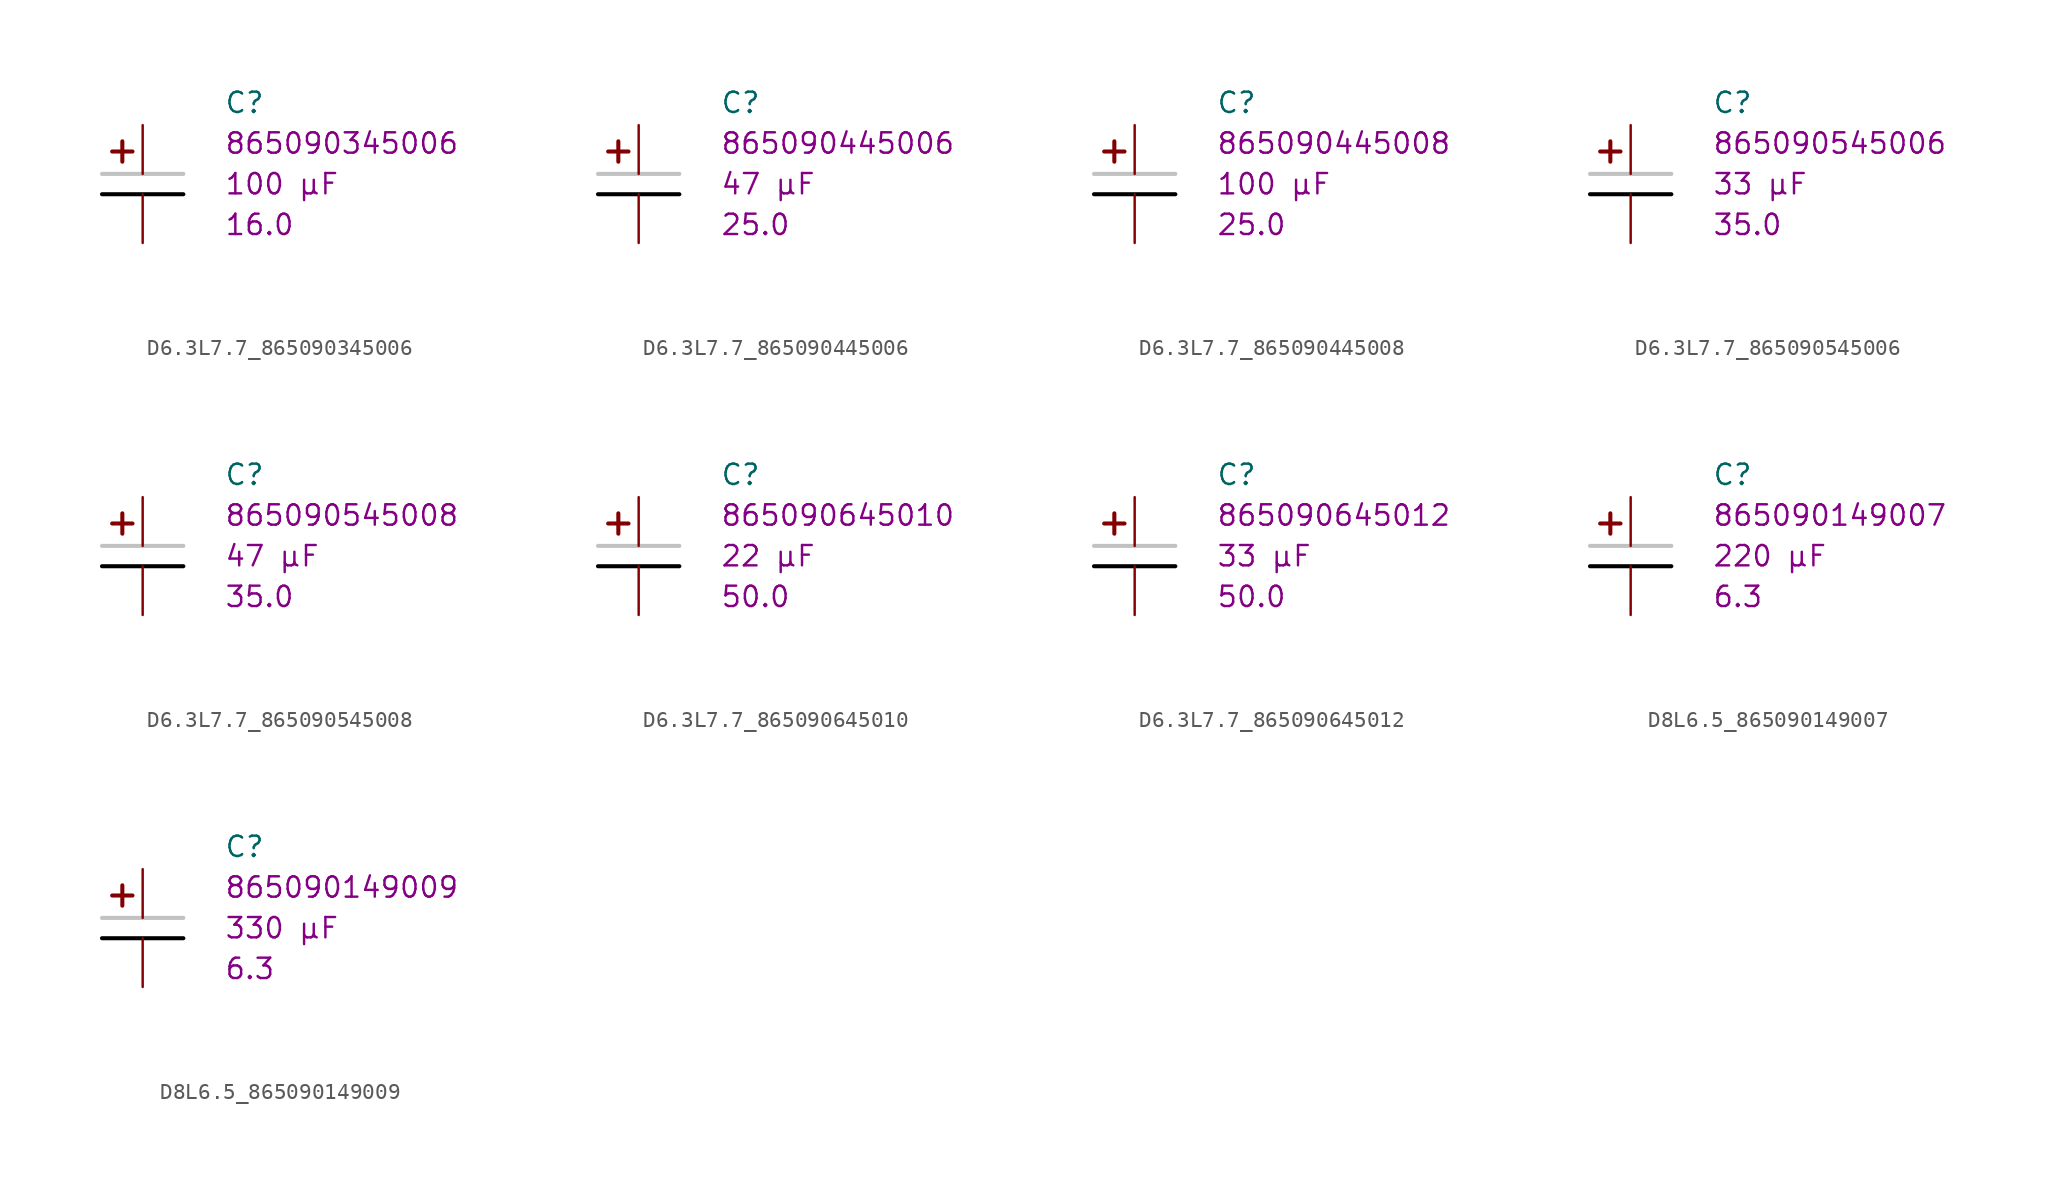
<source format=kicad_sym>
(kicad_symbol_lib
  (version 20220914)
  (generator kicad_symbol_editor)
  (symbol "D6.3L7.7_865090345006"
    (pin_numbers hide)
    (pin_names hide)
    (property "Reference" "C"
      (at 5.08 5.08 0)
      (effects (font (size 1.27 1.27)) (justify left)))
    (property "Part Number" "865090345006"
      (at 5.08 2.54 0)
      (effects (font (size 1.27 1.27)) (justify left)))
    (property "Capacitance" "100 µF"
      (at 5.08 0 0)
      (effects (font (size 1.27 1.27)) (justify left)))
    (property "Voltage" "16.0"
      (at 5.08 -2.54 0)
      (effects (font (size 1.27 1.27)) (justify left)))
    (property "Critical Parameter" ""
      (at 0 -7.62 0)
      (effects (font (size 1.27 1.27))))
    (symbol "D6.3L7.7_865090345006_1_1"
      (polyline (pts (xy -1.27 2.667) (xy -1.27 1.397)) (stroke (width 0.254) (type default)) (fill (type none)))
      (polyline (pts (xy -0.635 2.032) (xy -1.905 2.032)) (stroke (width 0.254) (type default)) (fill (type none)))
      (polyline (pts (xy 2.54 -0.635) (xy -2.54 -0.635)) (stroke (width 0.254) (type default) (color 0 0 0 1)) (fill (type none)))
      (polyline (pts (xy 2.54 0.635) (xy -2.54 0.635)) (stroke (width 0.254) (type default) (color 194 194 194 1)) (fill (type none)))
      (pin passive line (at 0 3.679 270) (length 3.044) (name "1" (effects (font (size 1.27 1.27)))) (number "1" (effects (font (size 1.27 1.27)))))
      (pin passive line (at 0 -3.679 90) (length 3.044) (name "2" (effects (font (size 1.27 1.27)))) (number "2" (effects (font (size 1.27 1.27)))))))
  (symbol "D6.3L7.7_865090445006"
    (pin_numbers hide)
    (pin_names hide)
    (property "Reference" "C"
      (at 5.08 5.08 0)
      (effects (font (size 1.27 1.27)) (justify left)))
    (property "Part Number" "865090445006"
      (at 5.08 2.54 0)
      (effects (font (size 1.27 1.27)) (justify left)))
    (property "Capacitance" "47 µF"
      (at 5.08 0 0)
      (effects (font (size 1.27 1.27)) (justify left)))
    (property "Voltage" "25.0"
      (at 5.08 -2.54 0)
      (effects (font (size 1.27 1.27)) (justify left)))
    (property "Critical Parameter" ""
      (at 0 -7.62 0)
      (effects (font (size 1.27 1.27))))
    (symbol "D6.3L7.7_865090445006_1_1"
      (polyline (pts (xy -1.27 2.667) (xy -1.27 1.397)) (stroke (width 0.254) (type default)) (fill (type none)))
      (polyline (pts (xy -0.635 2.032) (xy -1.905 2.032)) (stroke (width 0.254) (type default)) (fill (type none)))
      (polyline (pts (xy 2.54 -0.635) (xy -2.54 -0.635)) (stroke (width 0.254) (type default) (color 0 0 0 1)) (fill (type none)))
      (polyline (pts (xy 2.54 0.635) (xy -2.54 0.635)) (stroke (width 0.254) (type default) (color 194 194 194 1)) (fill (type none)))
      (pin passive line (at 0 3.679 270) (length 3.044) (name "1" (effects (font (size 1.27 1.27)))) (number "1" (effects (font (size 1.27 1.27)))))
      (pin passive line (at 0 -3.679 90) (length 3.044) (name "2" (effects (font (size 1.27 1.27)))) (number "2" (effects (font (size 1.27 1.27)))))))
  (symbol "D6.3L7.7_865090445008"
    (pin_numbers hide)
    (pin_names hide)
    (property "Reference" "C"
      (at 5.08 5.08 0)
      (effects (font (size 1.27 1.27)) (justify left)))
    (property "Part Number" "865090445008"
      (at 5.08 2.54 0)
      (effects (font (size 1.27 1.27)) (justify left)))
    (property "Capacitance" "100 µF"
      (at 5.08 0 0)
      (effects (font (size 1.27 1.27)) (justify left)))
    (property "Voltage" "25.0"
      (at 5.08 -2.54 0)
      (effects (font (size 1.27 1.27)) (justify left)))
    (property "Critical Parameter" ""
      (at 0 -7.62 0)
      (effects (font (size 1.27 1.27))))
    (symbol "D6.3L7.7_865090445008_1_1"
      (polyline (pts (xy -1.27 2.667) (xy -1.27 1.397)) (stroke (width 0.254) (type default)) (fill (type none)))
      (polyline (pts (xy -0.635 2.032) (xy -1.905 2.032)) (stroke (width 0.254) (type default)) (fill (type none)))
      (polyline (pts (xy 2.54 -0.635) (xy -2.54 -0.635)) (stroke (width 0.254) (type default) (color 0 0 0 1)) (fill (type none)))
      (polyline (pts (xy 2.54 0.635) (xy -2.54 0.635)) (stroke (width 0.254) (type default) (color 194 194 194 1)) (fill (type none)))
      (pin passive line (at 0 3.679 270) (length 3.044) (name "1" (effects (font (size 1.27 1.27)))) (number "1" (effects (font (size 1.27 1.27)))))
      (pin passive line (at 0 -3.679 90) (length 3.044) (name "2" (effects (font (size 1.27 1.27)))) (number "2" (effects (font (size 1.27 1.27)))))))
  (symbol "D6.3L7.7_865090545006"
    (pin_numbers hide)
    (pin_names hide)
    (property "Reference" "C"
      (at 5.08 5.08 0)
      (effects (font (size 1.27 1.27)) (justify left)))
    (property "Part Number" "865090545006"
      (at 5.08 2.54 0)
      (effects (font (size 1.27 1.27)) (justify left)))
    (property "Capacitance" "33 µF"
      (at 5.08 0 0)
      (effects (font (size 1.27 1.27)) (justify left)))
    (property "Voltage" "35.0"
      (at 5.08 -2.54 0)
      (effects (font (size 1.27 1.27)) (justify left)))
    (property "Critical Parameter" ""
      (at 0 -7.62 0)
      (effects (font (size 1.27 1.27))))
    (symbol "D6.3L7.7_865090545006_1_1"
      (polyline (pts (xy -1.27 2.667) (xy -1.27 1.397)) (stroke (width 0.254) (type default)) (fill (type none)))
      (polyline (pts (xy -0.635 2.032) (xy -1.905 2.032)) (stroke (width 0.254) (type default)) (fill (type none)))
      (polyline (pts (xy 2.54 -0.635) (xy -2.54 -0.635)) (stroke (width 0.254) (type default) (color 0 0 0 1)) (fill (type none)))
      (polyline (pts (xy 2.54 0.635) (xy -2.54 0.635)) (stroke (width 0.254) (type default) (color 194 194 194 1)) (fill (type none)))
      (pin passive line (at 0 3.679 270) (length 3.044) (name "1" (effects (font (size 1.27 1.27)))) (number "1" (effects (font (size 1.27 1.27)))))
      (pin passive line (at 0 -3.679 90) (length 3.044) (name "2" (effects (font (size 1.27 1.27)))) (number "2" (effects (font (size 1.27 1.27)))))))
  (symbol "D6.3L7.7_865090545008"
    (pin_numbers hide)
    (pin_names hide)
    (property "Reference" "C"
      (at 5.08 5.08 0)
      (effects (font (size 1.27 1.27)) (justify left)))
    (property "Part Number" "865090545008"
      (at 5.08 2.54 0)
      (effects (font (size 1.27 1.27)) (justify left)))
    (property "Capacitance" "47 µF"
      (at 5.08 0 0)
      (effects (font (size 1.27 1.27)) (justify left)))
    (property "Voltage" "35.0"
      (at 5.08 -2.54 0)
      (effects (font (size 1.27 1.27)) (justify left)))
    (property "Critical Parameter" ""
      (at 0 -7.62 0)
      (effects (font (size 1.27 1.27))))
    (symbol "D6.3L7.7_865090545008_1_1"
      (polyline (pts (xy -1.27 2.667) (xy -1.27 1.397)) (stroke (width 0.254) (type default)) (fill (type none)))
      (polyline (pts (xy -0.635 2.032) (xy -1.905 2.032)) (stroke (width 0.254) (type default)) (fill (type none)))
      (polyline (pts (xy 2.54 -0.635) (xy -2.54 -0.635)) (stroke (width 0.254) (type default) (color 0 0 0 1)) (fill (type none)))
      (polyline (pts (xy 2.54 0.635) (xy -2.54 0.635)) (stroke (width 0.254) (type default) (color 194 194 194 1)) (fill (type none)))
      (pin passive line (at 0 3.679 270) (length 3.044) (name "1" (effects (font (size 1.27 1.27)))) (number "1" (effects (font (size 1.27 1.27)))))
      (pin passive line (at 0 -3.679 90) (length 3.044) (name "2" (effects (font (size 1.27 1.27)))) (number "2" (effects (font (size 1.27 1.27)))))))
  (symbol "D6.3L7.7_865090645010"
    (pin_numbers hide)
    (pin_names hide)
    (property "Reference" "C"
      (at 5.08 5.08 0)
      (effects (font (size 1.27 1.27)) (justify left)))
    (property "Part Number" "865090645010"
      (at 5.08 2.54 0)
      (effects (font (size 1.27 1.27)) (justify left)))
    (property "Capacitance" "22 µF"
      (at 5.08 0 0)
      (effects (font (size 1.27 1.27)) (justify left)))
    (property "Voltage" "50.0"
      (at 5.08 -2.54 0)
      (effects (font (size 1.27 1.27)) (justify left)))
    (property "Critical Parameter" ""
      (at 0 -7.62 0)
      (effects (font (size 1.27 1.27))))
    (symbol "D6.3L7.7_865090645010_1_1"
      (polyline (pts (xy -1.27 2.667) (xy -1.27 1.397)) (stroke (width 0.254) (type default)) (fill (type none)))
      (polyline (pts (xy -0.635 2.032) (xy -1.905 2.032)) (stroke (width 0.254) (type default)) (fill (type none)))
      (polyline (pts (xy 2.54 -0.635) (xy -2.54 -0.635)) (stroke (width 0.254) (type default) (color 0 0 0 1)) (fill (type none)))
      (polyline (pts (xy 2.54 0.635) (xy -2.54 0.635)) (stroke (width 0.254) (type default) (color 194 194 194 1)) (fill (type none)))
      (pin passive line (at 0 3.679 270) (length 3.044) (name "1" (effects (font (size 1.27 1.27)))) (number "1" (effects (font (size 1.27 1.27)))))
      (pin passive line (at 0 -3.679 90) (length 3.044) (name "2" (effects (font (size 1.27 1.27)))) (number "2" (effects (font (size 1.27 1.27)))))))
  (symbol "D6.3L7.7_865090645012"
    (pin_numbers hide)
    (pin_names hide)
    (property "Reference" "C"
      (at 5.08 5.08 0)
      (effects (font (size 1.27 1.27)) (justify left)))
    (property "Part Number" "865090645012"
      (at 5.08 2.54 0)
      (effects (font (size 1.27 1.27)) (justify left)))
    (property "Capacitance" "33 µF"
      (at 5.08 0 0)
      (effects (font (size 1.27 1.27)) (justify left)))
    (property "Voltage" "50.0"
      (at 5.08 -2.54 0)
      (effects (font (size 1.27 1.27)) (justify left)))
    (property "Critical Parameter" ""
      (at 0 -7.62 0)
      (effects (font (size 1.27 1.27))))
    (symbol "D6.3L7.7_865090645012_1_1"
      (polyline (pts (xy -1.27 2.667) (xy -1.27 1.397)) (stroke (width 0.254) (type default)) (fill (type none)))
      (polyline (pts (xy -0.635 2.032) (xy -1.905 2.032)) (stroke (width 0.254) (type default)) (fill (type none)))
      (polyline (pts (xy 2.54 -0.635) (xy -2.54 -0.635)) (stroke (width 0.254) (type default) (color 0 0 0 1)) (fill (type none)))
      (polyline (pts (xy 2.54 0.635) (xy -2.54 0.635)) (stroke (width 0.254) (type default) (color 194 194 194 1)) (fill (type none)))
      (pin passive line (at 0 3.679 270) (length 3.044) (name "1" (effects (font (size 1.27 1.27)))) (number "1" (effects (font (size 1.27 1.27)))))
      (pin passive line (at 0 -3.679 90) (length 3.044) (name "2" (effects (font (size 1.27 1.27)))) (number "2" (effects (font (size 1.27 1.27)))))))
  (symbol "D8L6.5_865090149007"
    (pin_numbers hide)
    (pin_names hide)
    (property "Reference" "C"
      (at 5.08 5.08 0)
      (effects (font (size 1.27 1.27)) (justify left)))
    (property "Part Number" "865090149007"
      (at 5.08 2.54 0)
      (effects (font (size 1.27 1.27)) (justify left)))
    (property "Capacitance" "220 µF"
      (at 5.08 0 0)
      (effects (font (size 1.27 1.27)) (justify left)))
    (property "Voltage" "6.3"
      (at 5.08 -2.54 0)
      (effects (font (size 1.27 1.27)) (justify left)))
    (property "Critical Parameter" ""
      (at 0 -7.62 0)
      (effects (font (size 1.27 1.27))))
    (symbol "D8L6.5_865090149007_1_1"
      (polyline (pts (xy -1.27 2.667) (xy -1.27 1.397)) (stroke (width 0.254) (type default)) (fill (type none)))
      (polyline (pts (xy -0.635 2.032) (xy -1.905 2.032)) (stroke (width 0.254) (type default)) (fill (type none)))
      (polyline (pts (xy 2.54 -0.635) (xy -2.54 -0.635)) (stroke (width 0.254) (type default) (color 0 0 0 1)) (fill (type none)))
      (polyline (pts (xy 2.54 0.635) (xy -2.54 0.635)) (stroke (width 0.254) (type default) (color 194 194 194 1)) (fill (type none)))
      (pin passive line (at 0 3.679 270) (length 3.044) (name "1" (effects (font (size 1.27 1.27)))) (number "1" (effects (font (size 1.27 1.27)))))
      (pin passive line (at 0 -3.679 90) (length 3.044) (name "2" (effects (font (size 1.27 1.27)))) (number "2" (effects (font (size 1.27 1.27)))))))
  (symbol "D8L6.5_865090149009"
    (pin_numbers hide)
    (pin_names hide)
    (property "Reference" "C"
      (at 5.08 5.08 0)
      (effects (font (size 1.27 1.27)) (justify left)))
    (property "Part Number" "865090149009"
      (at 5.08 2.54 0)
      (effects (font (size 1.27 1.27)) (justify left)))
    (property "Capacitance" "330 µF"
      (at 5.08 0 0)
      (effects (font (size 1.27 1.27)) (justify left)))
    (property "Voltage" "6.3"
      (at 5.08 -2.54 0)
      (effects (font (size 1.27 1.27)) (justify left)))
    (property "Critical Parameter" ""
      (at 0 -7.62 0)
      (effects (font (size 1.27 1.27))))
    (symbol "D8L6.5_865090149009_1_1"
      (polyline (pts (xy -1.27 2.667) (xy -1.27 1.397)) (stroke (width 0.254) (type default)) (fill (type none)))
      (polyline (pts (xy -0.635 2.032) (xy -1.905 2.032)) (stroke (width 0.254) (type default)) (fill (type none)))
      (polyline (pts (xy 2.54 -0.635) (xy -2.54 -0.635)) (stroke (width 0.254) (type default) (color 0 0 0 1)) (fill (type none)))
      (polyline (pts (xy 2.54 0.635) (xy -2.54 0.635)) (stroke (width 0.254) (type default) (color 194 194 194 1)) (fill (type none)))
      (pin passive line (at 0 3.679 270) (length 3.044) (name "1" (effects (font (size 1.27 1.27)))) (number "1" (effects (font (size 1.27 1.27)))))
      (pin passive line (at 0 -3.679 90) (length 3.044) (name "2" (effects (font (size 1.27 1.27)))) (number "2" (effects (font (size 1.27 1.27))))))))
</source>
